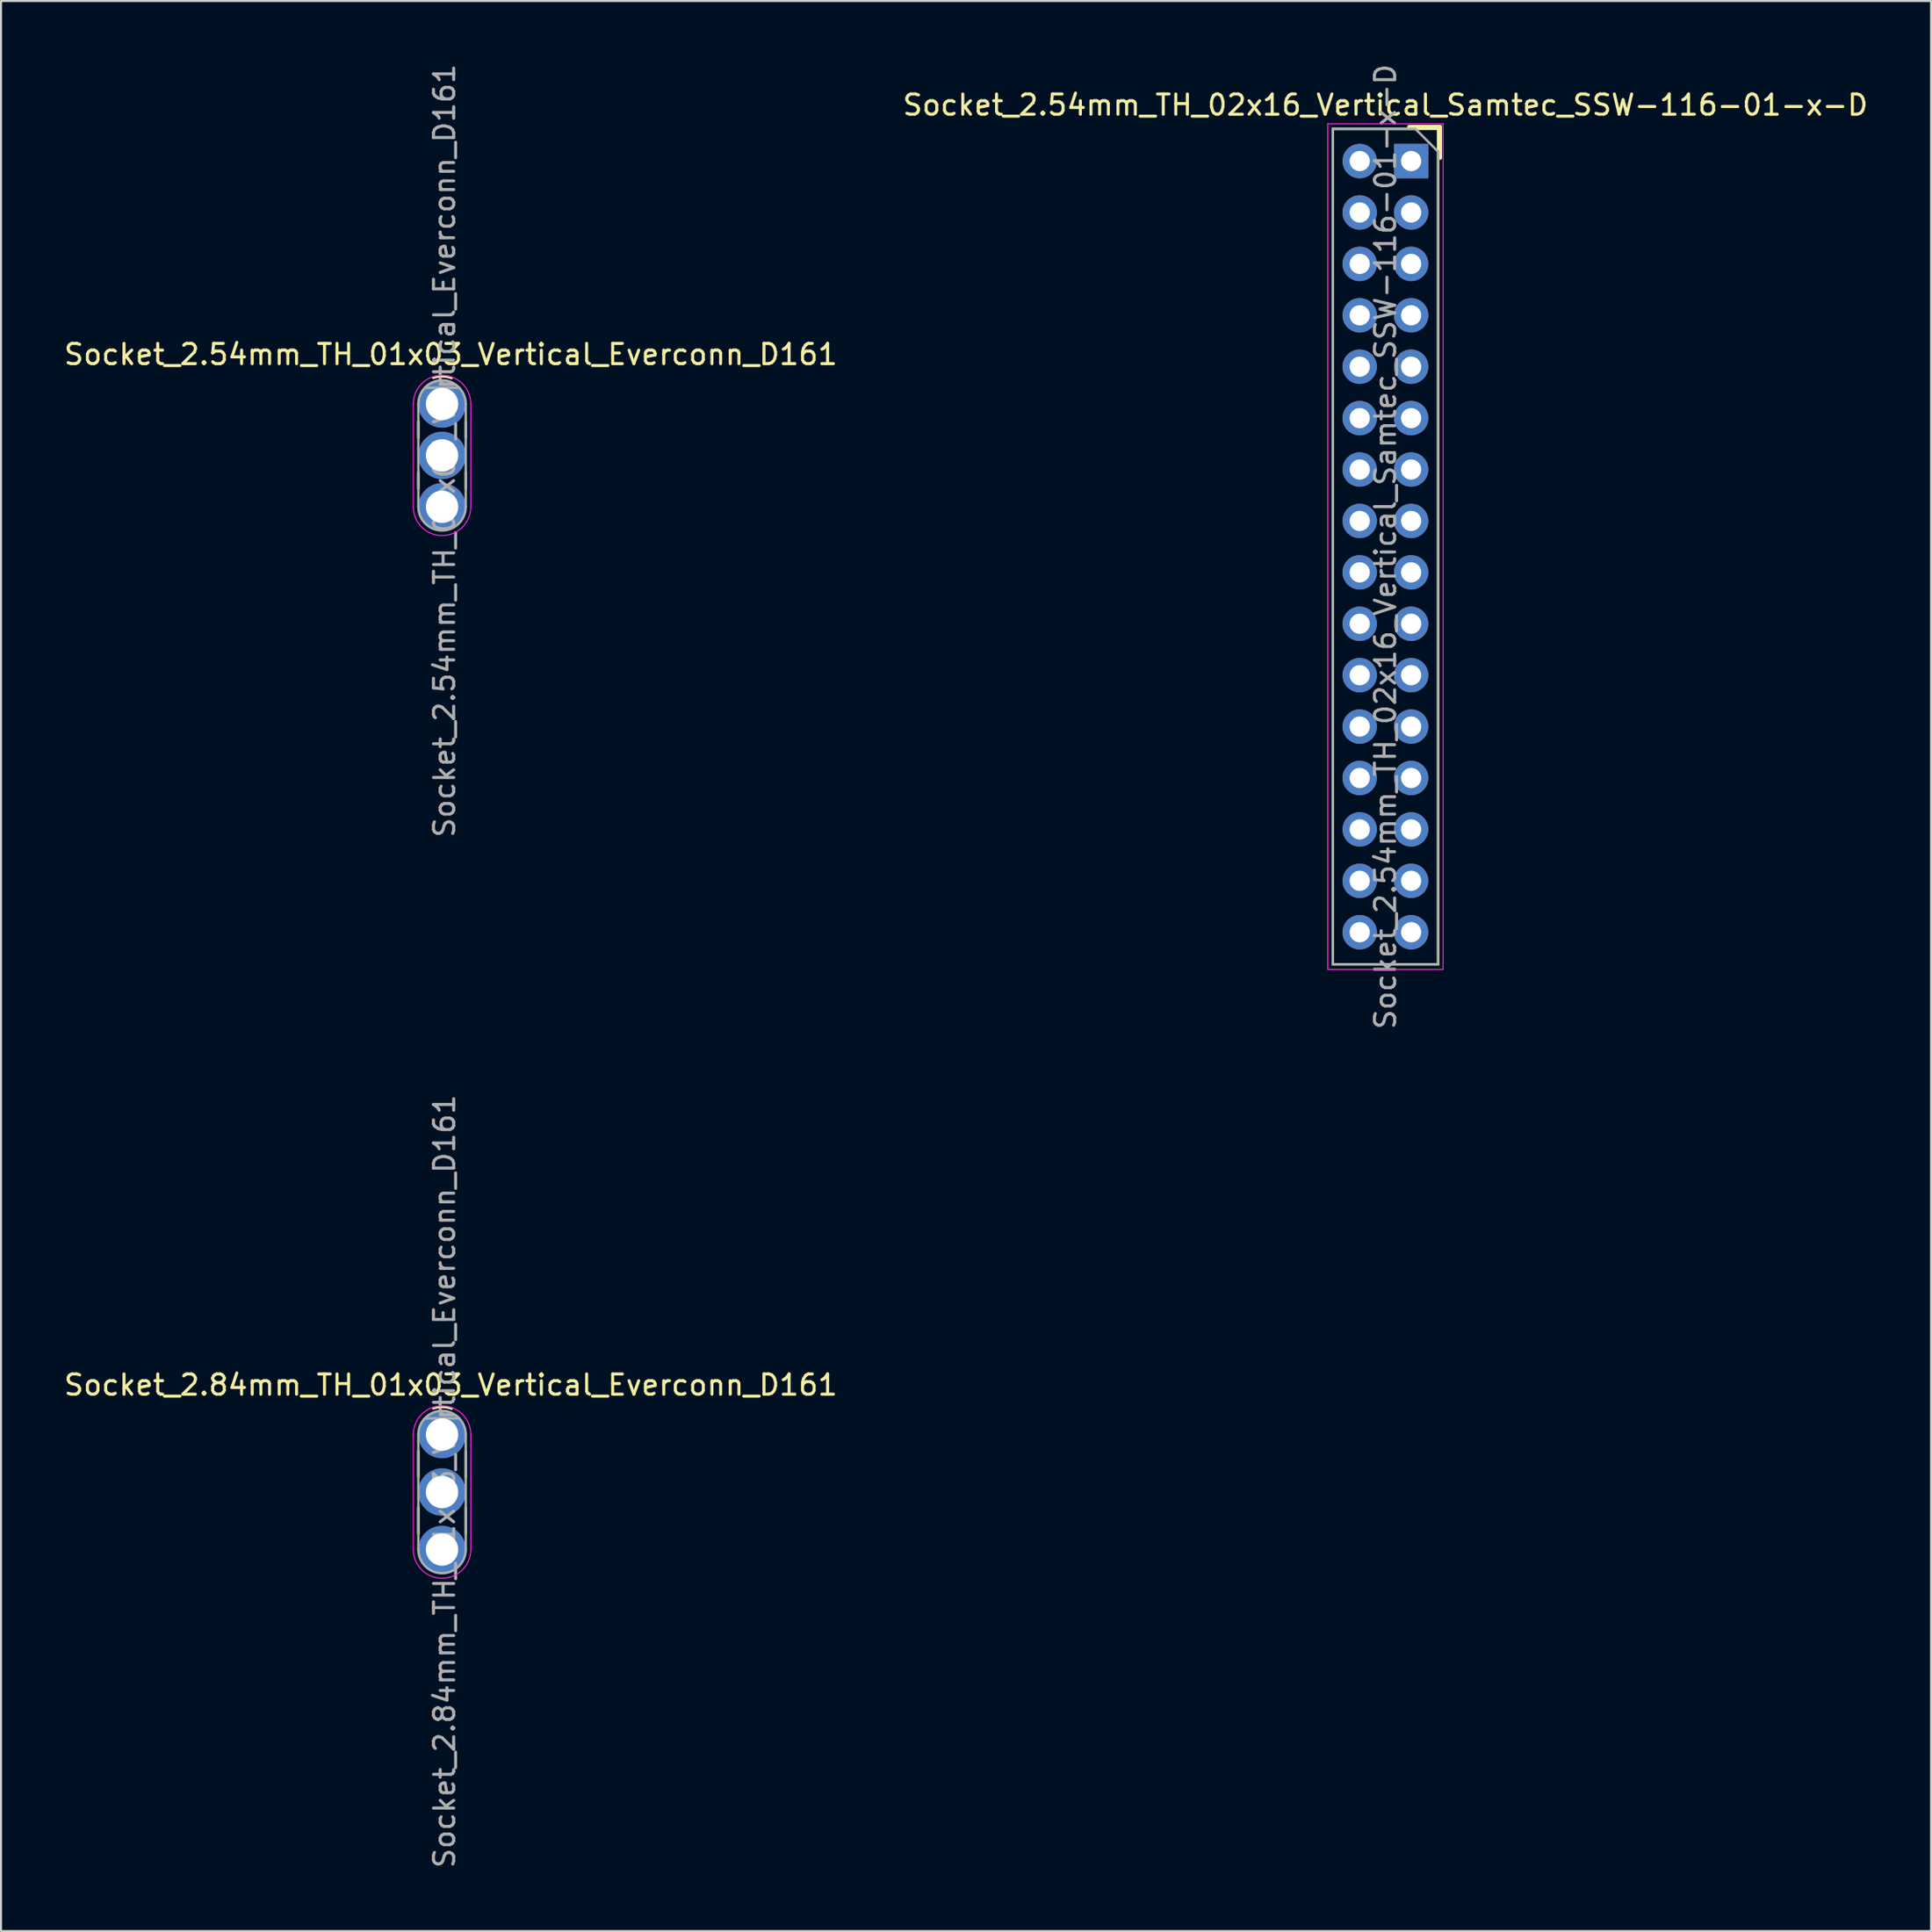
<source format=kicad_pcb>
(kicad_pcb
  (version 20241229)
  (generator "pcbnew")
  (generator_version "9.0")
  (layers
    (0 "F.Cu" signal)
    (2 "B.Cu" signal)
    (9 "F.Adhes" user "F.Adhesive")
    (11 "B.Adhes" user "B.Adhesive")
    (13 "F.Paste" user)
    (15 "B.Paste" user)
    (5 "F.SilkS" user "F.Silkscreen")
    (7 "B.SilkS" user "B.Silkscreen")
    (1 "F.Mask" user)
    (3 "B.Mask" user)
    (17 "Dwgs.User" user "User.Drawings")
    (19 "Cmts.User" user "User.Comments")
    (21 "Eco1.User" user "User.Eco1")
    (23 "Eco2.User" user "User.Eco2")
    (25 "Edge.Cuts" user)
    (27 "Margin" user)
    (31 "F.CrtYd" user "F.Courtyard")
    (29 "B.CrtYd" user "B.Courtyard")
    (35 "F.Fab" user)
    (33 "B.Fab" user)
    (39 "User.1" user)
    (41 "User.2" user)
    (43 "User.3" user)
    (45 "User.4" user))
  (footprint "Socket_2.84mm_TH_01x03_Vertical_Everconn_D161"
    (layer "F.Cu")
    (at 18.79 67.827)
    (property "Reference" "Socket_2.84mm_TH_01x03_Vertical_Everconn_D161" (at 0.43 -2.45 0) (layer "F.SilkS") (effects (font (size 1 1) (thickness 0.15))))
    (attr through_hole)
    (fp_line (start -1.17 0.8) (end -1.17 2.1) (stroke (width 0.12) (type solid)) (layer "F.SilkS"))
    (fp_line (start -1.17 3.59) (end -1.17 4.89) (stroke (width 0.12) (type solid)) (layer "F.SilkS"))
    (fp_line (start 1.17 0.82) (end 1.17 2.12) (stroke (width 0.12) (type solid)) (layer "F.SilkS"))
    (fp_line (start 1.17 3.61) (end 1.17 4.91) (stroke (width 0.12) (type solid)) (layer "F.SilkS"))
    (fp_arc (start -0.434224 -1.292573) (mid 0.01896 -1.363428) (end 0.469999 -1.279999) (stroke (width 0.12) (type solid)) (layer "F.SilkS"))
    (fp_line (start -1.42 0) (end -1.42 5.68) (stroke (width 0.05) (type solid)) (layer "F.CrtYd"))
    (fp_line (start 1.42 5.68) (end 1.42 0) (stroke (width 0.05) (type solid)) (layer "F.CrtYd"))
    (fp_arc (start -1.42 0) (mid 0 -1.42) (end 1.42 0) (stroke (width 0.05) (type solid)) (layer "F.CrtYd"))
    (fp_arc (start 1.42 5.68) (mid 0 7.1) (end -1.42 5.68) (stroke (width 0.05) (type solid)) (layer "F.CrtYd"))
    (fp_line (start -1.17 5.68) (end -1.17 0) (stroke (width 0.12) (type solid)) (layer "F.Fab"))
    (fp_line (start -0.85 -0.8) (end 0.85 -0.8) (stroke (width 0.12) (type solid)) (layer "F.Fab"))
    (fp_line (start 1.17 0) (end 1.17 5.68) (stroke (width 0.12) (type solid)) (layer "F.Fab"))
    (fp_arc (start -1.17 0) (mid 0 -1.17) (end 1.17 0) (stroke (width 0.12) (type solid)) (layer "F.Fab"))
    (fp_arc (start 1.17 5.68) (mid 0 6.85) (end -1.17 5.68) (stroke (width 0.12) (type solid)) (layer "F.Fab"))
    (fp_text user "${REFERENCE}" (at 0.12 2.31 90) (layer "F.Fab") (effects (font (size 1 1) (thickness 0.15))))
    (pad "1" thru_hole circle (at 0 0) (size 2.34 2.34) (drill 1.6) (layers "*.Cu" "*.Mask"))
    (pad "2" thru_hole circle (at 0 2.84) (size 2.34 2.34) (drill 1.6) (layers "*.Cu" "*.Mask"))
    (pad "3" thru_hole circle (at 0 5.68) (size 2.34 2.34) (drill 1.6) (layers "*.Cu" "*.Mask")))
  (footprint "Socket_2.54mm_TH_01x03_Vertical_Everconn_D161"
    (layer "F.Cu")
    (at 18.79 16.91)
    (property "Reference" "Socket_2.54mm_TH_01x03_Vertical_Everconn_D161" (at 0.43 -2.45 0) (layer "F.SilkS") (effects (font (size 1 1) (thickness 0.15))))
    (attr through_hole)
    (fp_line (start -1.17 0.87) (end -1.17 1.67) (stroke (width 0.12) (type solid)) (layer "F.SilkS"))
    (fp_line (start -1.17 3.38) (end -1.17 4.18) (stroke (width 0.12) (type solid)) (layer "F.SilkS"))
    (fp_line (start 1.17 0.87) (end 1.17 1.67) (stroke (width 0.12) (type solid)) (layer "F.SilkS"))
    (fp_line (start 1.17 3.38) (end 1.17 4.18) (stroke (width 0.12) (type solid)) (layer "F.SilkS"))
    (fp_arc (start -0.434224 -1.292573) (mid 0.01896 -1.363428) (end 0.469999 -1.279999) (stroke (width 0.12) (type solid)) (layer "F.SilkS"))
    (fp_line (start -1.42 0) (end -1.42 5.08) (stroke (width 0.05) (type solid)) (layer "F.CrtYd"))
    (fp_line (start 1.42 5.08) (end 1.42 0) (stroke (width 0.05) (type solid)) (layer "F.CrtYd"))
    (fp_arc (start -1.42 0) (mid 0 -1.42) (end 1.42 0) (stroke (width 0.05) (type solid)) (layer "F.CrtYd"))
    (fp_arc (start 1.42 5.08) (mid 0 6.5) (end -1.42 5.08) (stroke (width 0.05) (type solid)) (layer "F.CrtYd"))
    (fp_line (start -1.17 5.08) (end -1.17 0) (stroke (width 0.12) (type solid)) (layer "F.Fab"))
    (fp_line (start -0.85 -0.8) (end 0.85 -0.8) (stroke (width 0.12) (type solid)) (layer "F.Fab"))
    (fp_line (start 1.17 0) (end 1.17 5.08) (stroke (width 0.12) (type solid)) (layer "F.Fab"))
    (fp_arc (start -1.17 0) (mid 0 -1.17) (end 1.17 0) (stroke (width 0.12) (type solid)) (layer "F.Fab"))
    (fp_arc (start 1.17 5.08) (mid 0 6.25) (end -1.17 5.08) (stroke (width 0.12) (type solid)) (layer "F.Fab"))
    (fp_text user "${REFERENCE}" (at 0.12 2.31 90) (layer "F.Fab") (effects (font (size 1 1) (thickness 0.15))))
    (pad "1" thru_hole circle (at 0 0) (size 2.34 2.34) (drill 1.6) (layers "*.Cu" "*.Mask"))
    (pad "2" thru_hole circle (at 0 2.54) (size 2.34 2.34) (drill 1.6) (layers "*.Cu" "*.Mask"))
    (pad "3" thru_hole circle (at 0 5.08) (size 2.34 2.34) (drill 1.6) (layers "*.Cu" "*.Mask")))
  (footprint "Socket_2.54mm_TH_02x16_Vertical_Samtec_SSW-116-01-x-D"
    (layer "F.Cu")
    (at 66.669 4.908)
    (property "Reference" "Socket_2.54mm_TH_02x16_Vertical_Samtec_SSW-116-01-x-D" (at -1.27 -2.77 0) (unlocked yes) (layer "F.SilkS") (effects (font (size 1 1) (thickness 0.15))))
    (attr through_hole)
    (fp_line (start -3.87 -1.59) (end -3.87 39.69) (stroke (width 0.12) (type solid)) (layer "F.SilkS"))
    (fp_line (start -3.87 -1.59) (end 1.33 -1.59) (stroke (width 0.12) (type solid)) (layer "F.SilkS"))
    (fp_line (start -3.87 39.69) (end 1.33 39.69) (stroke (width 0.12) (type solid)) (layer "F.SilkS"))
    (fp_line (start -0.1 -1.69) (end 1.43 -1.69) (stroke (width 0.2) (type solid)) (layer "F.SilkS"))
    (fp_line (start 1.33 -1.59) (end 1.33 39.69) (stroke (width 0.12) (type solid)) (layer "F.SilkS"))
    (fp_line (start 1.43 -1.69) (end 1.43 -0.16) (stroke (width 0.2) (type solid)) (layer "F.SilkS"))
    (fp_line (start -4.12 -1.84) (end 1.58 -1.84) (stroke (width 0.05) (type solid)) (layer "F.CrtYd"))
    (fp_line (start -4.12 39.94) (end -4.12 -1.84) (stroke (width 0.05) (type solid)) (layer "F.CrtYd"))
    (fp_line (start 1.58 -1.84) (end 1.58 39.94) (stroke (width 0.05) (type solid)) (layer "F.CrtYd"))
    (fp_line (start 1.58 39.94) (end -4.12 39.94) (stroke (width 0.05) (type solid)) (layer "F.CrtYd"))
    (fp_line (start -3.87 -1.59) (end 0.21 -1.59) (stroke (width 0.12) (type solid)) (layer "F.Fab"))
    (fp_line (start -3.87 39.69) (end -3.87 -1.59) (stroke (width 0.12) (type solid)) (layer "F.Fab"))
    (fp_line (start 0.21 -1.59) (end 1.33 -0.47) (stroke (width 0.12) (type solid)) (layer "F.Fab"))
    (fp_line (start 1.33 -0.47) (end 1.33 39.69) (stroke (width 0.12) (type solid)) (layer "F.Fab"))
    (fp_line (start 1.33 39.69) (end -3.87 39.69) (stroke (width 0.12) (type solid)) (layer "F.Fab"))
    (fp_text user "${REFERENCE}" (at -1.27 19.05 90) (layer "F.Fab") (effects (font (size 1 1) (thickness 0.15))))
    (pad "1" thru_hole rect (at 0 0) (size 1.7 1.7) (drill 1) (layers "*.Cu" "*.Mask"))
    (pad "2" thru_hole oval (at -2.54 0) (size 1.7 1.7) (drill 1) (layers "*.Cu" "*.Mask"))
    (pad "3" thru_hole oval (at 0 2.54) (size 1.7 1.7) (drill 1) (layers "*.Cu" "*.Mask"))
    (pad "4" thru_hole oval (at -2.54 2.54) (size 1.7 1.7) (drill 1) (layers "*.Cu" "*.Mask"))
    (pad "5" thru_hole oval (at 0 5.08) (size 1.7 1.7) (drill 1) (layers "*.Cu" "*.Mask"))
    (pad "6" thru_hole oval (at -2.54 5.08) (size 1.7 1.7) (drill 1) (layers "*.Cu" "*.Mask"))
    (pad "7" thru_hole oval (at 0 7.62) (size 1.7 1.7) (drill 1) (layers "*.Cu" "*.Mask"))
    (pad "8" thru_hole oval (at -2.54 7.62) (size 1.7 1.7) (drill 1) (layers "*.Cu" "*.Mask"))
    (pad "9" thru_hole oval (at 0 10.16) (size 1.7 1.7) (drill 1) (layers "*.Cu" "*.Mask"))
    (pad "10" thru_hole oval (at -2.54 10.16) (size 1.7 1.7) (drill 1) (layers "*.Cu" "*.Mask"))
    (pad "11" thru_hole oval (at 0 12.7) (size 1.7 1.7) (drill 1) (layers "*.Cu" "*.Mask"))
    (pad "12" thru_hole oval (at -2.54 12.7) (size 1.7 1.7) (drill 1) (layers "*.Cu" "*.Mask"))
    (pad "13" thru_hole oval (at 0 15.24) (size 1.7 1.7) (drill 1) (layers "*.Cu" "*.Mask"))
    (pad "14" thru_hole oval (at -2.54 15.24) (size 1.7 1.7) (drill 1) (layers "*.Cu" "*.Mask"))
    (pad "15" thru_hole oval (at 0 17.78) (size 1.7 1.7) (drill 1) (layers "*.Cu" "*.Mask"))
    (pad "16" thru_hole oval (at -2.54 17.78) (size 1.7 1.7) (drill 1) (layers "*.Cu" "*.Mask"))
    (pad "17" thru_hole oval (at 0 20.32) (size 1.7 1.7) (drill 1) (layers "*.Cu" "*.Mask"))
    (pad "18" thru_hole oval (at -2.54 20.32) (size 1.7 1.7) (drill 1) (layers "*.Cu" "*.Mask"))
    (pad "19" thru_hole oval (at 0 22.86) (size 1.7 1.7) (drill 1) (layers "*.Cu" "*.Mask"))
    (pad "20" thru_hole oval (at -2.54 22.86) (size 1.7 1.7) (drill 1) (layers "*.Cu" "*.Mask"))
    (pad "21" thru_hole oval (at 0 25.4) (size 1.7 1.7) (drill 1) (layers "*.Cu" "*.Mask"))
    (pad "22" thru_hole oval (at -2.54 25.4) (size 1.7 1.7) (drill 1) (layers "*.Cu" "*.Mask"))
    (pad "23" thru_hole oval (at 0 27.94) (size 1.7 1.7) (drill 1) (layers "*.Cu" "*.Mask"))
    (pad "24" thru_hole oval (at -2.54 27.94) (size 1.7 1.7) (drill 1) (layers "*.Cu" "*.Mask"))
    (pad "25" thru_hole oval (at 0 30.48) (size 1.7 1.7) (drill 1) (layers "*.Cu" "*.Mask"))
    (pad "26" thru_hole oval (at -2.54 30.48) (size 1.7 1.7) (drill 1) (layers "*.Cu" "*.Mask"))
    (pad "27" thru_hole oval (at 0 33.02) (size 1.7 1.7) (drill 1) (layers "*.Cu" "*.Mask"))
    (pad "28" thru_hole oval (at -2.54 33.02) (size 1.7 1.7) (drill 1) (layers "*.Cu" "*.Mask"))
    (pad "29" thru_hole oval (at 0 35.56) (size 1.7 1.7) (drill 1) (layers "*.Cu" "*.Mask"))
    (pad "30" thru_hole oval (at -2.54 35.56) (size 1.7 1.7) (drill 1) (layers "*.Cu" "*.Mask"))
    (pad "31" thru_hole oval (at 0 38.1) (size 1.7 1.7) (drill 1) (layers "*.Cu" "*.Mask"))
    (pad "32" thru_hole oval (at -2.54 38.1) (size 1.7 1.7) (drill 1) (layers "*.Cu" "*.Mask")))
  (gr_rect
    (start -3 -3)
    (end 92.357 92.357)
    (stroke (width 0.1) (type default))
    (fill no)
    (layer "Edge.Cuts")))
</source>
